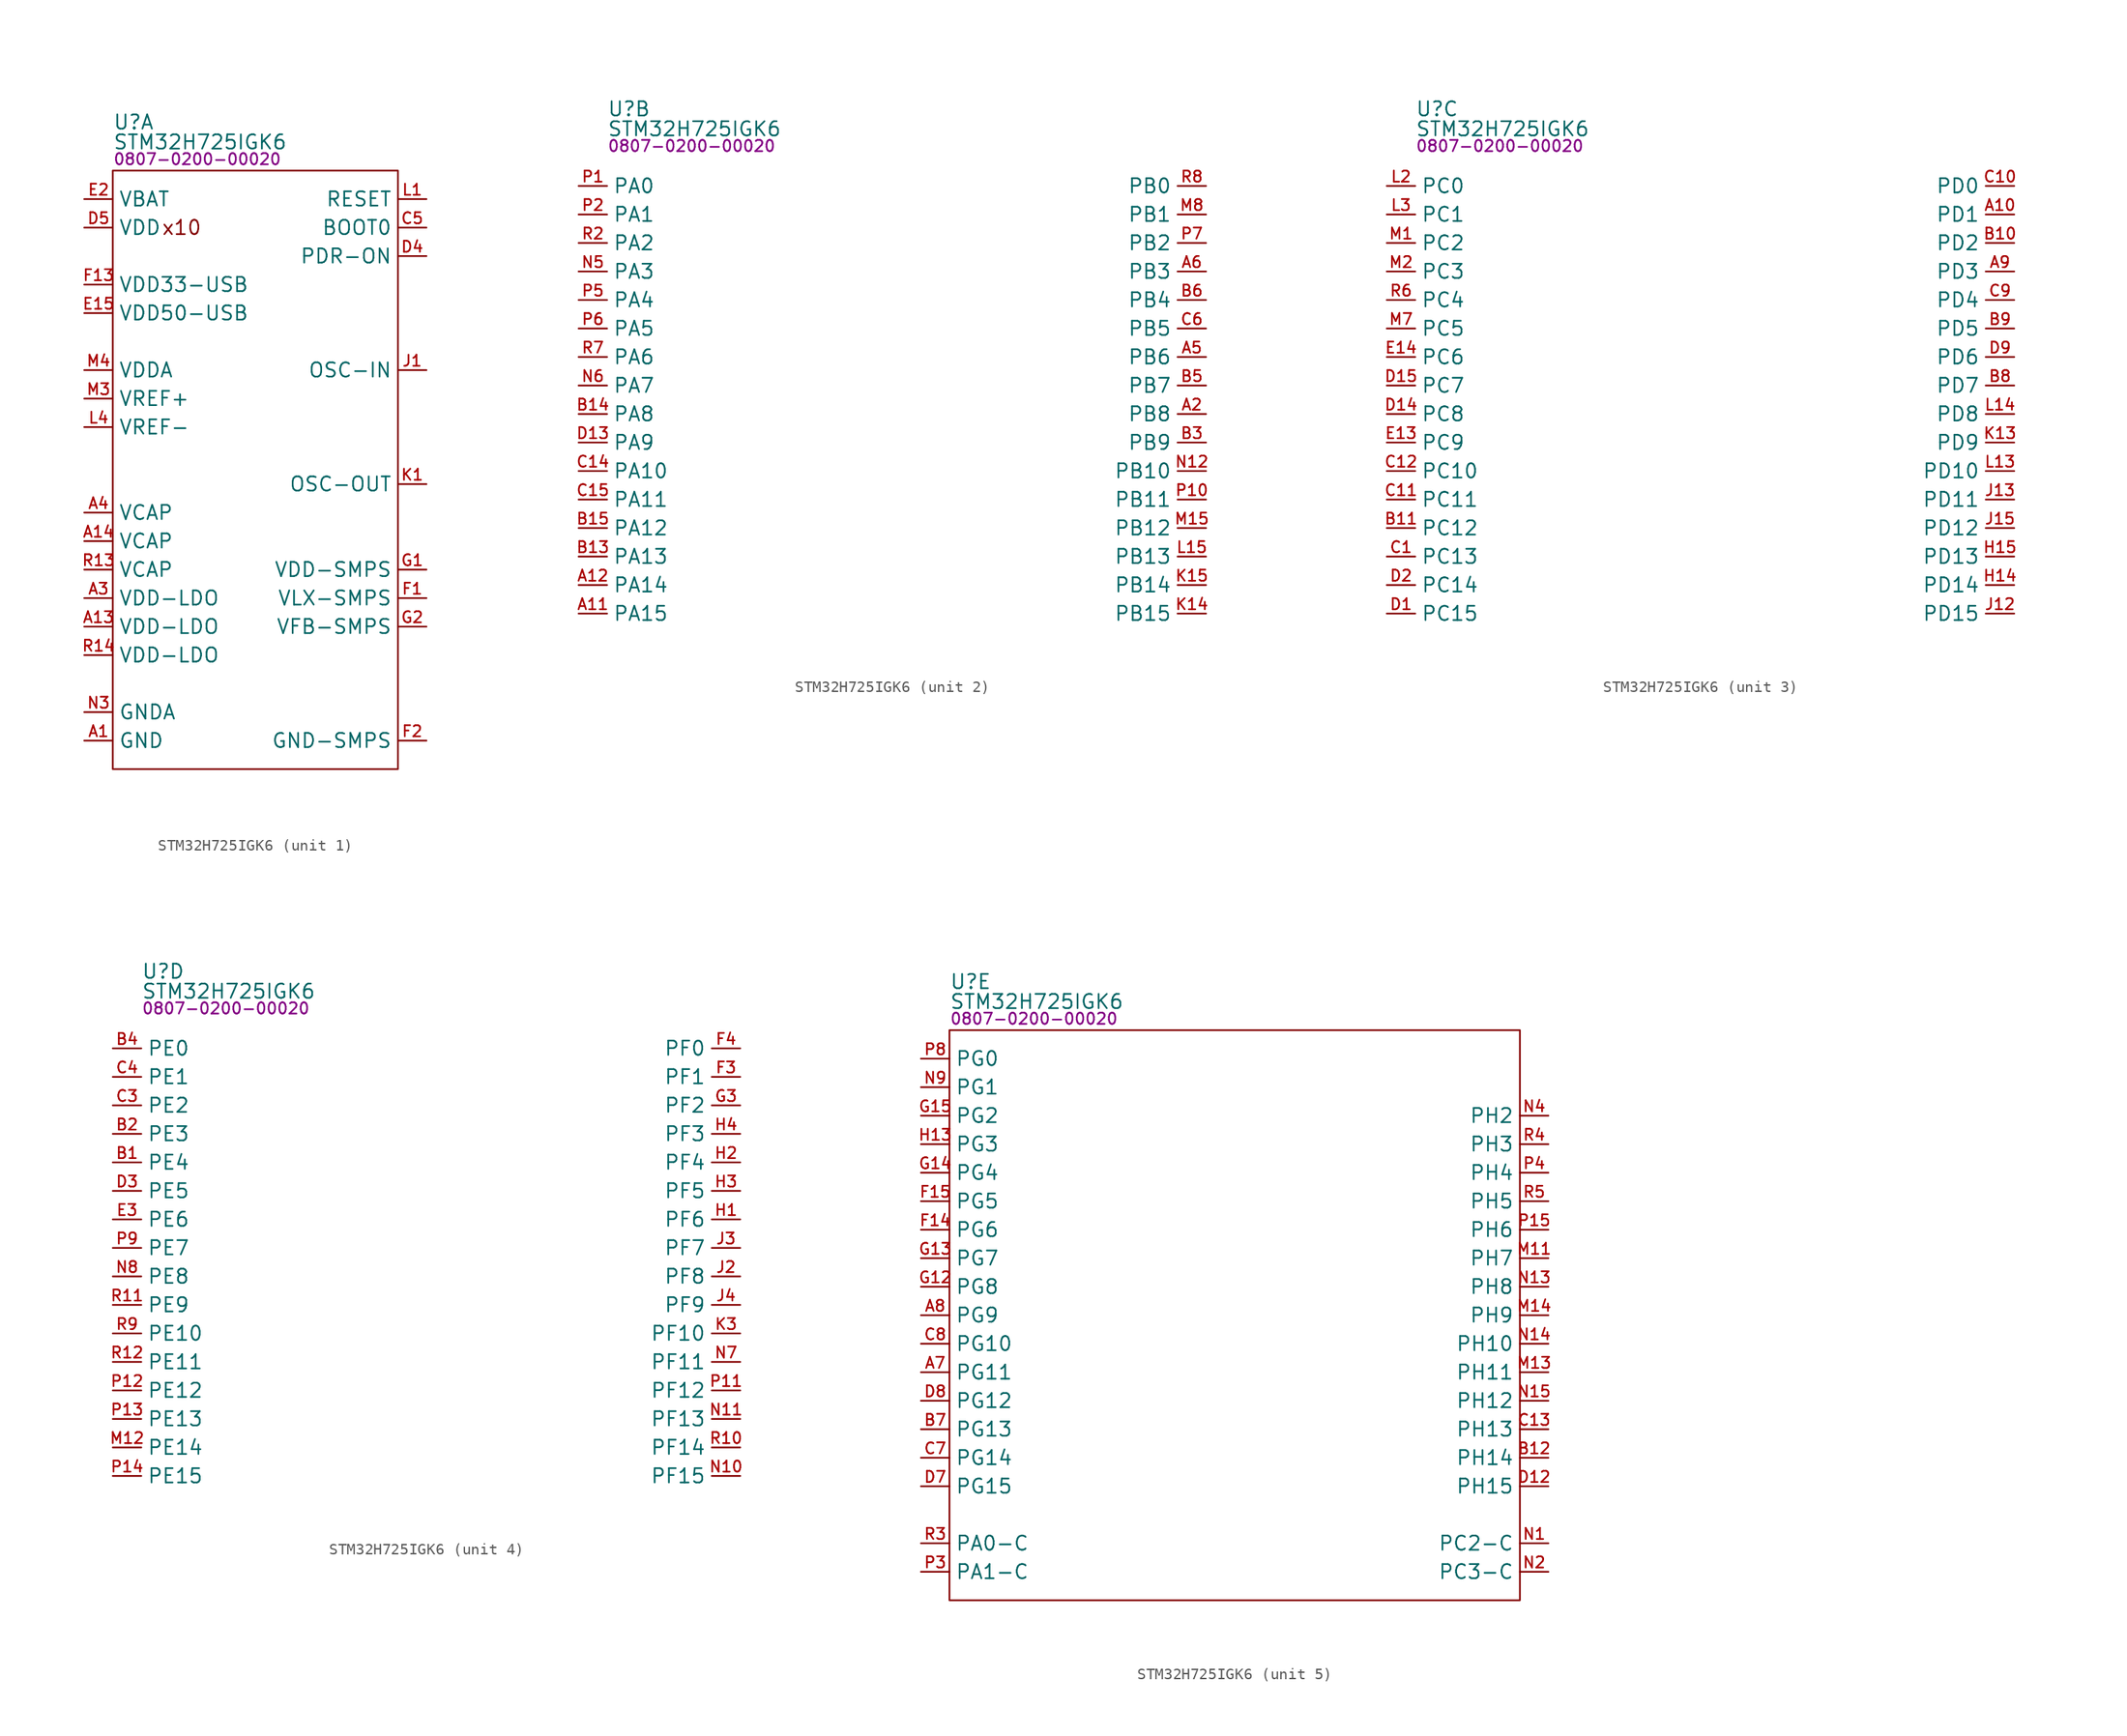
<source format=kicad_sym>
(kicad_symbol_lib
  (version 20231120)
  (generator "kicad_symbol_editor")
  (generator_version "8.0")
  (symbol "STM32H725IGK6"
    (property "Reference" "U"
      (at 0 4.318 0)
      (effects (font (size 1.27 1.27)) (justify left)))
    (property "Value" "STM32H725IGK6"
      (at 0 2.54 0)
      (effects (font (size 1.27 1.27)) (justify left)))
    (property "PartNumber" "0807-0200-00020"
      (at 0 1.016 0)
      (effects (font (size 1 1)) (justify left)))
    (property "ki_locked" ""
      (at 0 0 0)
      (effects (font (size 1.27 1.27))))
    (symbol "STM32H725IGK6_1_0"
      (pin power_in line (at -2.54 -50.8 0) (length 2.54) (name "GND" (effects (font (size 1.27 1.27)))) (number "A1" (effects (font (size 0.991 0.991)))))
      (pin power_out line (at -2.54 -40.64 0) (length 2.54) (name "VDD-LDO" (effects (font (size 1.27 1.27)))) (number "A13" (effects (font (size 0.991 0.991)))))
      (pin power_out line (at -2.54 -33.02 0) (length 2.54) (name "VCAP" (effects (font (size 1.27 1.27)))) (number "A14" (effects (font (size 0.991 0.991)))))
      (pin power_in line (at -2.54 -50.8 0) (length 2.54) hide (name "GND" (effects (font (size 1.27 1.27)))) (number "A15" (effects (font (size 0.991 0.991)))))
      (pin power_out line (at -2.54 -38.1 0) (length 2.54) (name "VDD-LDO" (effects (font (size 1.27 1.27)))) (number "A3" (effects (font (size 0.991 0.991)))))
      (pin power_out line (at -2.54 -30.48 0) (length 2.54) (name "VCAP" (effects (font (size 1.27 1.27)))) (number "A4" (effects (font (size 0.991 0.991)))))
      (pin power_in line (at -2.54 -50.8 0) (length 2.54) hide (name "GND" (effects (font (size 1.27 1.27)))) (number "C2" (effects (font (size 0.991 0.991)))))
      (pin input line (at 27.94 -5.08 180) (length 2.54) (name "BOOT0" (effects (font (size 1.27 1.27)))) (number "C5" (effects (font (size 0.991 0.991)))))
      (pin power_in line (at -2.54 -50.8 0) (length 2.54) hide (name "GND" (effects (font (size 1.27 1.27)))) (number "D10" (effects (font (size 0.991 0.991)))))
      (pin power_in line (at -2.54 -5.08 0) (length 2.54) hide (name "VDD" (effects (font (size 1.27 1.27)))) (number "D11" (effects (font (size 0.991 0.991)))))
      (pin input line (at 27.94 -7.62 180) (length 2.54) (name "PDR-ON" (effects (font (size 1.27 1.27)))) (number "D4" (effects (font (size 0.991 0.991)))))
      (pin power_in line (at -2.54 -5.08 0) (length 2.54) (name "VDD" (effects (font (size 1.27 1.27)))) (number "D5" (effects (font (size 0.991 0.991)))))
      (pin power_in line (at -2.54 -50.8 0) (length 2.54) hide (name "GND" (effects (font (size 1.27 1.27)))) (number "D6" (effects (font (size 0.991 0.991)))))
      (pin power_in line (at -2.54 -50.8 0) (length 2.54) hide (name "GND" (effects (font (size 1.27 1.27)))) (number "E1" (effects (font (size 0.991 0.991)))))
      (pin power_in line (at -2.54 -5.08 0) (length 2.54) hide (name "VDD" (effects (font (size 1.27 1.27)))) (number "E12" (effects (font (size 0.991 0.991)))))
      (pin power_in line (at -2.54 -12.7 0) (length 2.54) (name "VDD50-USB" (effects (font (size 1.27 1.27)))) (number "E15" (effects (font (size 0.991 0.991)))))
      (pin power_in line (at -2.54 -2.54 0) (length 2.54) (name "VBAT" (effects (font (size 1.27 1.27)))) (number "E2" (effects (font (size 0.991 0.991)))))
      (pin power_in line (at -2.54 -5.08 0) (length 2.54) hide (name "VDD" (effects (font (size 1.27 1.27)))) (number "E4" (effects (font (size 0.991 0.991)))))
      (pin power_in line (at 27.94 -38.1 180) (length 2.54) (name "VLX-SMPS" (effects (font (size 1.27 1.27)))) (number "F1" (effects (font (size 0.991 0.991)))))
      (pin power_in line (at -2.54 -50.8 0) (length 2.54) hide (name "GND" (effects (font (size 1.27 1.27)))) (number "F10" (effects (font (size 0.991 0.991)))))
      (pin power_in line (at -2.54 -50.8 0) (length 2.54) hide (name "GND" (effects (font (size 1.27 1.27)))) (number "F12" (effects (font (size 0.991 0.991)))))
      (pin power_in line (at -2.54 -10.16 0) (length 2.54) (name "VDD33-USB" (effects (font (size 1.27 1.27)))) (number "F13" (effects (font (size 0.991 0.991)))))
      (pin power_in line (at 27.94 -50.8 180) (length 2.54) (name "GND-SMPS" (effects (font (size 1.27 1.27)))) (number "F2" (effects (font (size 0.991 0.991)))))
      (pin power_in line (at -2.54 -50.8 0) (length 2.54) hide (name "GND" (effects (font (size 1.27 1.27)))) (number "F6" (effects (font (size 0.991 0.991)))))
      (pin power_in line (at -2.54 -50.8 0) (length 2.54) hide (name "GND" (effects (font (size 1.27 1.27)))) (number "F7" (effects (font (size 0.991 0.991)))))
      (pin power_in line (at -2.54 -50.8 0) (length 2.54) hide (name "GND" (effects (font (size 1.27 1.27)))) (number "F8" (effects (font (size 0.991 0.991)))))
      (pin power_in line (at -2.54 -50.8 0) (length 2.54) hide (name "GND" (effects (font (size 1.27 1.27)))) (number "F9" (effects (font (size 0.991 0.991)))))
      (pin power_in line (at 27.94 -35.56 180) (length 2.54) (name "VDD-SMPS" (effects (font (size 1.27 1.27)))) (number "G1" (effects (font (size 0.991 0.991)))))
      (pin power_in line (at -2.54 -50.8 0) (length 2.54) hide (name "GND" (effects (font (size 1.27 1.27)))) (number "G10" (effects (font (size 0.991 0.991)))))
      (pin input line (at 27.94 -40.64 180) (length 2.54) (name "VFB-SMPS" (effects (font (size 1.27 1.27)))) (number "G2" (effects (font (size 0.991 0.991)))))
      (pin power_in line (at -2.54 -5.08 0) (length 2.54) hide (name "VDD" (effects (font (size 1.27 1.27)))) (number "G4" (effects (font (size 0.991 0.991)))))
      (pin power_in line (at -2.54 -50.8 0) (length 2.54) hide (name "GND" (effects (font (size 1.27 1.27)))) (number "G6" (effects (font (size 0.991 0.991)))))
      (pin power_in line (at -2.54 -50.8 0) (length 2.54) hide (name "GND" (effects (font (size 1.27 1.27)))) (number "G7" (effects (font (size 0.991 0.991)))))
      (pin power_in line (at -2.54 -50.8 0) (length 2.54) hide (name "GND" (effects (font (size 1.27 1.27)))) (number "G8" (effects (font (size 0.991 0.991)))))
      (pin power_in line (at -2.54 -50.8 0) (length 2.54) hide (name "GND" (effects (font (size 1.27 1.27)))) (number "G9" (effects (font (size 0.991 0.991)))))
      (pin power_in line (at -2.54 -50.8 0) (length 2.54) hide (name "GND" (effects (font (size 1.27 1.27)))) (number "H10" (effects (font (size 0.991 0.991)))))
      (pin power_in line (at -2.54 -5.08 0) (length 2.54) hide (name "VDD" (effects (font (size 1.27 1.27)))) (number "H12" (effects (font (size 0.991 0.991)))))
      (pin power_in line (at -2.54 -50.8 0) (length 2.54) hide (name "GND" (effects (font (size 1.27 1.27)))) (number "H6" (effects (font (size 0.991 0.991)))))
      (pin power_in line (at -2.54 -50.8 0) (length 2.54) hide (name "GND" (effects (font (size 1.27 1.27)))) (number "H7" (effects (font (size 0.991 0.991)))))
      (pin power_in line (at -2.54 -50.8 0) (length 2.54) hide (name "GND" (effects (font (size 1.27 1.27)))) (number "H8" (effects (font (size 0.991 0.991)))))
      (pin power_in line (at -2.54 -50.8 0) (length 2.54) hide (name "GND" (effects (font (size 1.27 1.27)))) (number "H9" (effects (font (size 0.991 0.991)))))
      (pin input line (at 27.94 -17.78 180) (length 2.54) (name "OSC-IN" (effects (font (size 1.27 1.27)))) (number "J1" (effects (font (size 0.991 0.991)))))
      (pin power_in line (at -2.54 -50.8 0) (length 2.54) hide (name "GND" (effects (font (size 1.27 1.27)))) (number "J10" (effects (font (size 0.991 0.991)))))
      (pin power_in line (at -2.54 -50.8 0) (length 2.54) hide (name "GND" (effects (font (size 1.27 1.27)))) (number "J14" (effects (font (size 0.991 0.991)))))
      (pin power_in line (at -2.54 -50.8 0) (length 2.54) hide (name "GND" (effects (font (size 1.27 1.27)))) (number "J6" (effects (font (size 0.991 0.991)))))
      (pin power_in line (at -2.54 -50.8 0) (length 2.54) hide (name "GND" (effects (font (size 1.27 1.27)))) (number "J7" (effects (font (size 0.991 0.991)))))
      (pin power_in line (at -2.54 -50.8 0) (length 2.54) hide (name "GND" (effects (font (size 1.27 1.27)))) (number "J8" (effects (font (size 0.991 0.991)))))
      (pin power_in line (at -2.54 -50.8 0) (length 2.54) hide (name "GND" (effects (font (size 1.27 1.27)))) (number "J9" (effects (font (size 0.991 0.991)))))
      (pin output line (at 27.94 -27.94 180) (length 2.54) (name "OSC-OUT" (effects (font (size 1.27 1.27)))) (number "K1" (effects (font (size 0.991 0.991)))))
      (pin power_in line (at -2.54 -50.8 0) (length 2.54) hide (name "GND" (effects (font (size 1.27 1.27)))) (number "K10" (effects (font (size 0.991 0.991)))))
      (pin power_in line (at -2.54 -50.8 0) (length 2.54) hide (name "GND" (effects (font (size 1.27 1.27)))) (number "K12" (effects (font (size 0.991 0.991)))))
      (pin power_in line (at -2.54 -50.8 0) (length 2.54) hide (name "GND" (effects (font (size 1.27 1.27)))) (number "K2" (effects (font (size 0.991 0.991)))))
      (pin power_in line (at -2.54 -5.08 0) (length 2.54) hide (name "VDD" (effects (font (size 1.27 1.27)))) (number "K4" (effects (font (size 0.991 0.991)))))
      (pin power_in line (at -2.54 -50.8 0) (length 2.54) hide (name "GND" (effects (font (size 1.27 1.27)))) (number "K6" (effects (font (size 0.991 0.991)))))
      (pin power_in line (at -2.54 -50.8 0) (length 2.54) hide (name "GND" (effects (font (size 1.27 1.27)))) (number "K7" (effects (font (size 0.991 0.991)))))
      (pin power_in line (at -2.54 -50.8 0) (length 2.54) hide (name "GND" (effects (font (size 1.27 1.27)))) (number "K8" (effects (font (size 0.991 0.991)))))
      (pin power_in line (at -2.54 -50.8 0) (length 2.54) hide (name "GND" (effects (font (size 1.27 1.27)))) (number "K9" (effects (font (size 0.991 0.991)))))
      (pin input line (at 27.94 -2.54 180) (length 2.54) (name "RESET" (effects (font (size 1.27 1.27)))) (number "L1" (effects (font (size 0.991 0.991)))))
      (pin power_in line (at -2.54 -5.08 0) (length 2.54) hide (name "VDD" (effects (font (size 1.27 1.27)))) (number "L12" (effects (font (size 0.991 0.991)))))
      (pin input line (at -2.54 -22.86 0) (length 2.54) (name "VREF-" (effects (font (size 1.27 1.27)))) (number "L4" (effects (font (size 0.991 0.991)))))
      (pin power_in line (at -2.54 -50.8 0) (length 2.54) hide (name "GND" (effects (font (size 1.27 1.27)))) (number "M10" (effects (font (size 0.991 0.991)))))
      (pin input line (at -2.54 -20.32 0) (length 2.54) (name "VREF+" (effects (font (size 1.27 1.27)))) (number "M3" (effects (font (size 0.991 0.991)))))
      (pin power_in line (at -2.54 -17.78 0) (length 2.54) (name "VDDA" (effects (font (size 1.27 1.27)))) (number "M4" (effects (font (size 0.991 0.991)))))
      (pin power_in line (at -2.54 -5.08 0) (length 2.54) hide (name "VDD" (effects (font (size 1.27 1.27)))) (number "M5" (effects (font (size 0.991 0.991)))))
      (pin power_in line (at -2.54 -50.8 0) (length 2.54) hide (name "GND" (effects (font (size 1.27 1.27)))) (number "M6" (effects (font (size 0.991 0.991)))))
      (pin power_in line (at -2.54 -5.08 0) (length 2.54) hide (name "VDD" (effects (font (size 1.27 1.27)))) (number "M9" (effects (font (size 0.991 0.991)))))
      (pin power_in line (at -2.54 -48.26 0) (length 2.54) (name "GNDA" (effects (font (size 1.27 1.27)))) (number "N3" (effects (font (size 0.991 0.991)))))
      (pin power_in line (at -2.54 -50.8 0) (length 2.54) hide (name "GND" (effects (font (size 1.27 1.27)))) (number "R1" (effects (font (size 0.991 0.991)))))
      (pin power_out line (at -2.54 -35.56 0) (length 2.54) (name "VCAP" (effects (font (size 1.27 1.27)))) (number "R13" (effects (font (size 0.991 0.991)))))
      (pin power_out line (at -2.54 -43.18 0) (length 2.54) (name "VDD-LDO" (effects (font (size 1.27 1.27)))) (number "R14" (effects (font (size 0.991 0.991)))))
      (pin power_in line (at -2.54 -50.8 0) (length 2.54) hide (name "GND" (effects (font (size 1.27 1.27)))) (number "R15" (effects (font (size 0.991 0.991))))))
    (symbol "STM32H725IGK6_1_1"
      (rectangle (start 0 0) (end 25.4 -53.34) (stroke (width 0) (type default)) (fill (type none)))
      (text "x10" (at 4.318 -5.08 0) (effects (font (size 1.27 1.27)) (justify left))))
    (symbol "STM32H725IGK6_2_0"
      (pin bidirectional line (at -2.54 -40.64 0) (length 2.54) (name "PA15" (effects (font (size 1.27 1.27)))) (number "A11" (effects (font (size 0.991 0.991)))))
      (pin bidirectional line (at -2.54 -38.1 0) (length 2.54) (name "PA14" (effects (font (size 1.27 1.27)))) (number "A12" (effects (font (size 0.991 0.991)))))
      (pin bidirectional line (at 53.34 -22.86 180) (length 2.54) (name "PB8" (effects (font (size 1.27 1.27)))) (number "A2" (effects (font (size 0.991 0.991)))))
      (pin bidirectional line (at 53.34 -17.78 180) (length 2.54) (name "PB6" (effects (font (size 1.27 1.27)))) (number "A5" (effects (font (size 0.991 0.991)))))
      (pin bidirectional line (at 53.34 -10.16 180) (length 2.54) (name "PB3" (effects (font (size 1.27 1.27)))) (number "A6" (effects (font (size 0.991 0.991)))))
      (pin bidirectional line (at -2.54 -35.56 0) (length 2.54) (name "PA13" (effects (font (size 1.27 1.27)))) (number "B13" (effects (font (size 0.991 0.991)))))
      (pin bidirectional line (at -2.54 -22.86 0) (length 2.54) (name "PA8" (effects (font (size 1.27 1.27)))) (number "B14" (effects (font (size 0.991 0.991)))))
      (pin bidirectional line (at -2.54 -33.02 0) (length 2.54) (name "PA12" (effects (font (size 1.27 1.27)))) (number "B15" (effects (font (size 0.991 0.991)))))
      (pin bidirectional line (at 53.34 -25.4 180) (length 2.54) (name "PB9" (effects (font (size 1.27 1.27)))) (number "B3" (effects (font (size 0.991 0.991)))))
      (pin bidirectional line (at 53.34 -20.32 180) (length 2.54) (name "PB7" (effects (font (size 1.27 1.27)))) (number "B5" (effects (font (size 0.991 0.991)))))
      (pin bidirectional line (at 53.34 -12.7 180) (length 2.54) (name "PB4" (effects (font (size 1.27 1.27)))) (number "B6" (effects (font (size 0.991 0.991)))))
      (pin bidirectional line (at -2.54 -27.94 0) (length 2.54) (name "PA10" (effects (font (size 1.27 1.27)))) (number "C14" (effects (font (size 0.991 0.991)))))
      (pin bidirectional line (at -2.54 -30.48 0) (length 2.54) (name "PA11" (effects (font (size 1.27 1.27)))) (number "C15" (effects (font (size 0.991 0.991)))))
      (pin bidirectional line (at 53.34 -15.24 180) (length 2.54) (name "PB5" (effects (font (size 1.27 1.27)))) (number "C6" (effects (font (size 0.991 0.991)))))
      (pin bidirectional line (at -2.54 -25.4 0) (length 2.54) (name "PA9" (effects (font (size 1.27 1.27)))) (number "D13" (effects (font (size 0.991 0.991)))))
      (pin bidirectional line (at 53.34 -40.64 180) (length 2.54) (name "PB15" (effects (font (size 1.27 1.27)))) (number "K14" (effects (font (size 0.991 0.991)))))
      (pin bidirectional line (at 53.34 -38.1 180) (length 2.54) (name "PB14" (effects (font (size 1.27 1.27)))) (number "K15" (effects (font (size 0.991 0.991)))))
      (pin bidirectional line (at 53.34 -35.56 180) (length 2.54) (name "PB13" (effects (font (size 1.27 1.27)))) (number "L15" (effects (font (size 0.991 0.991)))))
      (pin bidirectional line (at 53.34 -33.02 180) (length 2.54) (name "PB12" (effects (font (size 1.27 1.27)))) (number "M15" (effects (font (size 0.991 0.991)))))
      (pin bidirectional line (at 53.34 -5.08 180) (length 2.54) (name "PB1" (effects (font (size 1.27 1.27)))) (number "M8" (effects (font (size 0.991 0.991)))))
      (pin bidirectional line (at 53.34 -27.94 180) (length 2.54) (name "PB10" (effects (font (size 1.27 1.27)))) (number "N12" (effects (font (size 0.991 0.991)))))
      (pin bidirectional line (at -2.54 -10.16 0) (length 2.54) (name "PA3" (effects (font (size 1.27 1.27)))) (number "N5" (effects (font (size 0.991 0.991)))))
      (pin bidirectional line (at -2.54 -20.32 0) (length 2.54) (name "PA7" (effects (font (size 1.27 1.27)))) (number "N6" (effects (font (size 0.991 0.991)))))
      (pin bidirectional line (at -2.54 -2.54 0) (length 2.54) (name "PA0" (effects (font (size 1.27 1.27)))) (number "P1" (effects (font (size 0.991 0.991)))))
      (pin bidirectional line (at 53.34 -30.48 180) (length 2.54) (name "PB11" (effects (font (size 1.27 1.27)))) (number "P10" (effects (font (size 0.991 0.991)))))
      (pin bidirectional line (at -2.54 -5.08 0) (length 2.54) (name "PA1" (effects (font (size 1.27 1.27)))) (number "P2" (effects (font (size 0.991 0.991)))))
      (pin bidirectional line (at -2.54 -12.7 0) (length 2.54) (name "PA4" (effects (font (size 1.27 1.27)))) (number "P5" (effects (font (size 0.991 0.991)))))
      (pin bidirectional line (at -2.54 -15.24 0) (length 2.54) (name "PA5" (effects (font (size 1.27 1.27)))) (number "P6" (effects (font (size 0.991 0.991)))))
      (pin bidirectional line (at 53.34 -7.62 180) (length 2.54) (name "PB2" (effects (font (size 1.27 1.27)))) (number "P7" (effects (font (size 0.991 0.991)))))
      (pin bidirectional line (at -2.54 -7.62 0) (length 2.54) (name "PA2" (effects (font (size 1.27 1.27)))) (number "R2" (effects (font (size 0.991 0.991)))))
      (pin bidirectional line (at -2.54 -17.78 0) (length 2.54) (name "PA6" (effects (font (size 1.27 1.27)))) (number "R7" (effects (font (size 0.991 0.991)))))
      (pin bidirectional line (at 53.34 -2.54 180) (length 2.54) (name "PB0" (effects (font (size 1.27 1.27)))) (number "R8" (effects (font (size 0.991 0.991))))))
    (symbol "STM32H725IGK6_3_0"
      (pin bidirectional line (at 53.34 -5.08 180) (length 2.54) (name "PD1" (effects (font (size 1.27 1.27)))) (number "A10" (effects (font (size 0.991 0.991)))))
      (pin bidirectional line (at 53.34 -10.16 180) (length 2.54) (name "PD3" (effects (font (size 1.27 1.27)))) (number "A9" (effects (font (size 0.991 0.991)))))
      (pin bidirectional line (at 53.34 -7.62 180) (length 2.54) (name "PD2" (effects (font (size 1.27 1.27)))) (number "B10" (effects (font (size 0.991 0.991)))))
      (pin bidirectional line (at -2.54 -33.02 0) (length 2.54) (name "PC12" (effects (font (size 1.27 1.27)))) (number "B11" (effects (font (size 0.991 0.991)))))
      (pin bidirectional line (at 53.34 -20.32 180) (length 2.54) (name "PD7" (effects (font (size 1.27 1.27)))) (number "B8" (effects (font (size 0.991 0.991)))))
      (pin bidirectional line (at 53.34 -15.24 180) (length 2.54) (name "PD5" (effects (font (size 1.27 1.27)))) (number "B9" (effects (font (size 0.991 0.991)))))
      (pin bidirectional line (at -2.54 -35.56 0) (length 2.54) (name "PC13" (effects (font (size 1.27 1.27)))) (number "C1" (effects (font (size 0.991 0.991)))))
      (pin bidirectional line (at 53.34 -2.54 180) (length 2.54) (name "PD0" (effects (font (size 1.27 1.27)))) (number "C10" (effects (font (size 0.991 0.991)))))
      (pin bidirectional line (at -2.54 -30.48 0) (length 2.54) (name "PC11" (effects (font (size 1.27 1.27)))) (number "C11" (effects (font (size 0.991 0.991)))))
      (pin bidirectional line (at -2.54 -27.94 0) (length 2.54) (name "PC10" (effects (font (size 1.27 1.27)))) (number "C12" (effects (font (size 0.991 0.991)))))
      (pin bidirectional line (at 53.34 -12.7 180) (length 2.54) (name "PD4" (effects (font (size 1.27 1.27)))) (number "C9" (effects (font (size 0.991 0.991)))))
      (pin bidirectional line (at -2.54 -40.64 0) (length 2.54) (name "PC15" (effects (font (size 1.27 1.27)))) (number "D1" (effects (font (size 0.991 0.991)))))
      (pin bidirectional line (at -2.54 -22.86 0) (length 2.54) (name "PC8" (effects (font (size 1.27 1.27)))) (number "D14" (effects (font (size 0.991 0.991)))))
      (pin bidirectional line (at -2.54 -20.32 0) (length 2.54) (name "PC7" (effects (font (size 1.27 1.27)))) (number "D15" (effects (font (size 0.991 0.991)))))
      (pin bidirectional line (at -2.54 -38.1 0) (length 2.54) (name "PC14" (effects (font (size 1.27 1.27)))) (number "D2" (effects (font (size 0.991 0.991)))))
      (pin bidirectional line (at 53.34 -17.78 180) (length 2.54) (name "PD6" (effects (font (size 1.27 1.27)))) (number "D9" (effects (font (size 0.991 0.991)))))
      (pin bidirectional line (at -2.54 -25.4 0) (length 2.54) (name "PC9" (effects (font (size 1.27 1.27)))) (number "E13" (effects (font (size 0.991 0.991)))))
      (pin bidirectional line (at -2.54 -17.78 0) (length 2.54) (name "PC6" (effects (font (size 1.27 1.27)))) (number "E14" (effects (font (size 0.991 0.991)))))
      (pin bidirectional line (at 53.34 -38.1 180) (length 2.54) (name "PD14" (effects (font (size 1.27 1.27)))) (number "H14" (effects (font (size 0.991 0.991)))))
      (pin bidirectional line (at 53.34 -35.56 180) (length 2.54) (name "PD13" (effects (font (size 1.27 1.27)))) (number "H15" (effects (font (size 0.991 0.991)))))
      (pin bidirectional line (at 53.34 -40.64 180) (length 2.54) (name "PD15" (effects (font (size 1.27 1.27)))) (number "J12" (effects (font (size 0.991 0.991)))))
      (pin bidirectional line (at 53.34 -30.48 180) (length 2.54) (name "PD11" (effects (font (size 1.27 1.27)))) (number "J13" (effects (font (size 0.991 0.991)))))
      (pin bidirectional line (at 53.34 -33.02 180) (length 2.54) (name "PD12" (effects (font (size 1.27 1.27)))) (number "J15" (effects (font (size 0.991 0.991)))))
      (pin bidirectional line (at 53.34 -25.4 180) (length 2.54) (name "PD9" (effects (font (size 1.27 1.27)))) (number "K13" (effects (font (size 0.991 0.991)))))
      (pin bidirectional line (at 53.34 -27.94 180) (length 2.54) (name "PD10" (effects (font (size 1.27 1.27)))) (number "L13" (effects (font (size 0.991 0.991)))))
      (pin bidirectional line (at 53.34 -22.86 180) (length 2.54) (name "PD8" (effects (font (size 1.27 1.27)))) (number "L14" (effects (font (size 0.991 0.991)))))
      (pin bidirectional line (at -2.54 -2.54 0) (length 2.54) (name "PC0" (effects (font (size 1.27 1.27)))) (number "L2" (effects (font (size 0.991 0.991)))))
      (pin bidirectional line (at -2.54 -5.08 0) (length 2.54) (name "PC1" (effects (font (size 1.27 1.27)))) (number "L3" (effects (font (size 0.991 0.991)))))
      (pin bidirectional line (at -2.54 -7.62 0) (length 2.54) (name "PC2" (effects (font (size 1.27 1.27)))) (number "M1" (effects (font (size 0.991 0.991)))))
      (pin bidirectional line (at -2.54 -10.16 0) (length 2.54) (name "PC3" (effects (font (size 1.27 1.27)))) (number "M2" (effects (font (size 0.991 0.991)))))
      (pin bidirectional line (at -2.54 -15.24 0) (length 2.54) (name "PC5" (effects (font (size 1.27 1.27)))) (number "M7" (effects (font (size 0.991 0.991)))))
      (pin bidirectional line (at -2.54 -12.7 0) (length 2.54) (name "PC4" (effects (font (size 1.27 1.27)))) (number "R6" (effects (font (size 0.991 0.991))))))
    (symbol "STM32H725IGK6_4_0"
      (pin bidirectional line (at -2.54 -12.7 0) (length 2.54) (name "PE4" (effects (font (size 1.27 1.27)))) (number "B1" (effects (font (size 0.991 0.991)))))
      (pin bidirectional line (at -2.54 -10.16 0) (length 2.54) (name "PE3" (effects (font (size 1.27 1.27)))) (number "B2" (effects (font (size 0.991 0.991)))))
      (pin bidirectional line (at -2.54 -2.54 0) (length 2.54) (name "PE0" (effects (font (size 1.27 1.27)))) (number "B4" (effects (font (size 0.991 0.991)))))
      (pin bidirectional line (at -2.54 -7.62 0) (length 2.54) (name "PE2" (effects (font (size 1.27 1.27)))) (number "C3" (effects (font (size 0.991 0.991)))))
      (pin bidirectional line (at -2.54 -5.08 0) (length 2.54) (name "PE1" (effects (font (size 1.27 1.27)))) (number "C4" (effects (font (size 0.991 0.991)))))
      (pin bidirectional line (at -2.54 -15.24 0) (length 2.54) (name "PE5" (effects (font (size 1.27 1.27)))) (number "D3" (effects (font (size 0.991 0.991)))))
      (pin bidirectional line (at -2.54 -17.78 0) (length 2.54) (name "PE6" (effects (font (size 1.27 1.27)))) (number "E3" (effects (font (size 0.991 0.991)))))
      (pin bidirectional line (at 53.34 -5.08 180) (length 2.54) (name "PF1" (effects (font (size 1.27 1.27)))) (number "F3" (effects (font (size 0.991 0.991)))))
      (pin bidirectional line (at 53.34 -2.54 180) (length 2.54) (name "PF0" (effects (font (size 1.27 1.27)))) (number "F4" (effects (font (size 0.991 0.991)))))
      (pin bidirectional line (at 53.34 -7.62 180) (length 2.54) (name "PF2" (effects (font (size 1.27 1.27)))) (number "G3" (effects (font (size 0.991 0.991)))))
      (pin bidirectional line (at 53.34 -17.78 180) (length 2.54) (name "PF6" (effects (font (size 1.27 1.27)))) (number "H1" (effects (font (size 0.991 0.991)))))
      (pin bidirectional line (at 53.34 -12.7 180) (length 2.54) (name "PF4" (effects (font (size 1.27 1.27)))) (number "H2" (effects (font (size 0.991 0.991)))))
      (pin bidirectional line (at 53.34 -15.24 180) (length 2.54) (name "PF5" (effects (font (size 1.27 1.27)))) (number "H3" (effects (font (size 0.991 0.991)))))
      (pin bidirectional line (at 53.34 -10.16 180) (length 2.54) (name "PF3" (effects (font (size 1.27 1.27)))) (number "H4" (effects (font (size 0.991 0.991)))))
      (pin bidirectional line (at 53.34 -22.86 180) (length 2.54) (name "PF8" (effects (font (size 1.27 1.27)))) (number "J2" (effects (font (size 0.991 0.991)))))
      (pin bidirectional line (at 53.34 -20.32 180) (length 2.54) (name "PF7" (effects (font (size 1.27 1.27)))) (number "J3" (effects (font (size 0.991 0.991)))))
      (pin bidirectional line (at 53.34 -25.4 180) (length 2.54) (name "PF9" (effects (font (size 1.27 1.27)))) (number "J4" (effects (font (size 0.991 0.991)))))
      (pin bidirectional line (at 53.34 -27.94 180) (length 2.54) (name "PF10" (effects (font (size 1.27 1.27)))) (number "K3" (effects (font (size 0.991 0.991)))))
      (pin bidirectional line (at -2.54 -38.1 0) (length 2.54) (name "PE14" (effects (font (size 1.27 1.27)))) (number "M12" (effects (font (size 0.991 0.991)))))
      (pin bidirectional line (at 53.34 -40.64 180) (length 2.54) (name "PF15" (effects (font (size 1.27 1.27)))) (number "N10" (effects (font (size 0.991 0.991)))))
      (pin bidirectional line (at 53.34 -35.56 180) (length 2.54) (name "PF13" (effects (font (size 1.27 1.27)))) (number "N11" (effects (font (size 0.991 0.991)))))
      (pin bidirectional line (at 53.34 -30.48 180) (length 2.54) (name "PF11" (effects (font (size 1.27 1.27)))) (number "N7" (effects (font (size 0.991 0.991)))))
      (pin bidirectional line (at -2.54 -22.86 0) (length 2.54) (name "PE8" (effects (font (size 1.27 1.27)))) (number "N8" (effects (font (size 0.991 0.991)))))
      (pin bidirectional line (at 53.34 -33.02 180) (length 2.54) (name "PF12" (effects (font (size 1.27 1.27)))) (number "P11" (effects (font (size 0.991 0.991)))))
      (pin bidirectional line (at -2.54 -33.02 0) (length 2.54) (name "PE12" (effects (font (size 1.27 1.27)))) (number "P12" (effects (font (size 0.991 0.991)))))
      (pin bidirectional line (at -2.54 -35.56 0) (length 2.54) (name "PE13" (effects (font (size 1.27 1.27)))) (number "P13" (effects (font (size 0.991 0.991)))))
      (pin bidirectional line (at -2.54 -40.64 0) (length 2.54) (name "PE15" (effects (font (size 1.27 1.27)))) (number "P14" (effects (font (size 0.991 0.991)))))
      (pin bidirectional line (at -2.54 -20.32 0) (length 2.54) (name "PE7" (effects (font (size 1.27 1.27)))) (number "P9" (effects (font (size 0.991 0.991)))))
      (pin bidirectional line (at 53.34 -38.1 180) (length 2.54) (name "PF14" (effects (font (size 1.27 1.27)))) (number "R10" (effects (font (size 0.991 0.991)))))
      (pin bidirectional line (at -2.54 -25.4 0) (length 2.54) (name "PE9" (effects (font (size 1.27 1.27)))) (number "R11" (effects (font (size 0.991 0.991)))))
      (pin bidirectional line (at -2.54 -30.48 0) (length 2.54) (name "PE11" (effects (font (size 1.27 1.27)))) (number "R12" (effects (font (size 0.991 0.991)))))
      (pin bidirectional line (at -2.54 -27.94 0) (length 2.54) (name "PE10" (effects (font (size 1.27 1.27)))) (number "R9" (effects (font (size 0.991 0.991))))))
    (symbol "STM32H725IGK6_5_0"
      (pin bidirectional line (at -2.54 -30.48 0) (length 2.54) (name "PG11" (effects (font (size 1.27 1.27)))) (number "A7" (effects (font (size 0.991 0.991)))))
      (pin bidirectional line (at -2.54 -25.4 0) (length 2.54) (name "PG9" (effects (font (size 1.27 1.27)))) (number "A8" (effects (font (size 0.991 0.991)))))
      (pin bidirectional line (at 53.34 -38.1 180) (length 2.54) (name "PH14" (effects (font (size 1.27 1.27)))) (number "B12" (effects (font (size 0.991 0.991)))))
      (pin bidirectional line (at -2.54 -35.56 0) (length 2.54) (name "PG13" (effects (font (size 1.27 1.27)))) (number "B7" (effects (font (size 0.991 0.991)))))
      (pin bidirectional line (at 53.34 -35.56 180) (length 2.54) (name "PH13" (effects (font (size 1.27 1.27)))) (number "C13" (effects (font (size 0.991 0.991)))))
      (pin bidirectional line (at -2.54 -38.1 0) (length 2.54) (name "PG14" (effects (font (size 1.27 1.27)))) (number "C7" (effects (font (size 0.991 0.991)))))
      (pin bidirectional line (at -2.54 -27.94 0) (length 2.54) (name "PG10" (effects (font (size 1.27 1.27)))) (number "C8" (effects (font (size 0.991 0.991)))))
      (pin bidirectional line (at 53.34 -40.64 180) (length 2.54) (name "PH15" (effects (font (size 1.27 1.27)))) (number "D12" (effects (font (size 0.991 0.991)))))
      (pin bidirectional line (at -2.54 -40.64 0) (length 2.54) (name "PG15" (effects (font (size 1.27 1.27)))) (number "D7" (effects (font (size 0.991 0.991)))))
      (pin bidirectional line (at -2.54 -33.02 0) (length 2.54) (name "PG12" (effects (font (size 1.27 1.27)))) (number "D8" (effects (font (size 0.991 0.991)))))
      (pin bidirectional line (at -2.54 -17.78 0) (length 2.54) (name "PG6" (effects (font (size 1.27 1.27)))) (number "F14" (effects (font (size 0.991 0.991)))))
      (pin bidirectional line (at -2.54 -15.24 0) (length 2.54) (name "PG5" (effects (font (size 1.27 1.27)))) (number "F15" (effects (font (size 0.991 0.991)))))
      (pin bidirectional line (at -2.54 -22.86 0) (length 2.54) (name "PG8" (effects (font (size 1.27 1.27)))) (number "G12" (effects (font (size 0.991 0.991)))))
      (pin bidirectional line (at -2.54 -20.32 0) (length 2.54) (name "PG7" (effects (font (size 1.27 1.27)))) (number "G13" (effects (font (size 0.991 0.991)))))
      (pin bidirectional line (at -2.54 -12.7 0) (length 2.54) (name "PG4" (effects (font (size 1.27 1.27)))) (number "G14" (effects (font (size 0.991 0.991)))))
      (pin bidirectional line (at -2.54 -7.62 0) (length 2.54) (name "PG2" (effects (font (size 1.27 1.27)))) (number "G15" (effects (font (size 0.991 0.991)))))
      (pin bidirectional line (at -2.54 -10.16 0) (length 2.54) (name "PG3" (effects (font (size 1.27 1.27)))) (number "H13" (effects (font (size 0.991 0.991)))))
      (pin bidirectional line (at 53.34 -20.32 180) (length 2.54) (name "PH7" (effects (font (size 1.27 1.27)))) (number "M11" (effects (font (size 0.991 0.991)))))
      (pin bidirectional line (at 53.34 -30.48 180) (length 2.54) (name "PH11" (effects (font (size 1.27 1.27)))) (number "M13" (effects (font (size 0.991 0.991)))))
      (pin bidirectional line (at 53.34 -25.4 180) (length 2.54) (name "PH9" (effects (font (size 1.27 1.27)))) (number "M14" (effects (font (size 0.991 0.991)))))
      (pin bidirectional line (at 53.34 -45.72 180) (length 2.54) (name "PC2-C" (effects (font (size 1.27 1.27)))) (number "N1" (effects (font (size 0.991 0.991)))))
      (pin bidirectional line (at 53.34 -22.86 180) (length 2.54) (name "PH8" (effects (font (size 1.27 1.27)))) (number "N13" (effects (font (size 0.991 0.991)))))
      (pin bidirectional line (at 53.34 -27.94 180) (length 2.54) (name "PH10" (effects (font (size 1.27 1.27)))) (number "N14" (effects (font (size 0.991 0.991)))))
      (pin bidirectional line (at 53.34 -33.02 180) (length 2.54) (name "PH12" (effects (font (size 1.27 1.27)))) (number "N15" (effects (font (size 0.991 0.991)))))
      (pin bidirectional line (at 53.34 -48.26 180) (length 2.54) (name "PC3-C" (effects (font (size 1.27 1.27)))) (number "N2" (effects (font (size 0.991 0.991)))))
      (pin bidirectional line (at 53.34 -7.62 180) (length 2.54) (name "PH2" (effects (font (size 1.27 1.27)))) (number "N4" (effects (font (size 0.991 0.991)))))
      (pin bidirectional line (at -2.54 -5.08 0) (length 2.54) (name "PG1" (effects (font (size 1.27 1.27)))) (number "N9" (effects (font (size 0.991 0.991)))))
      (pin bidirectional line (at 53.34 -17.78 180) (length 2.54) (name "PH6" (effects (font (size 1.27 1.27)))) (number "P15" (effects (font (size 0.991 0.991)))))
      (pin bidirectional line (at -2.54 -48.26 0) (length 2.54) (name "PA1-C" (effects (font (size 1.27 1.27)))) (number "P3" (effects (font (size 0.991 0.991)))))
      (pin bidirectional line (at 53.34 -12.7 180) (length 2.54) (name "PH4" (effects (font (size 1.27 1.27)))) (number "P4" (effects (font (size 0.991 0.991)))))
      (pin bidirectional line (at -2.54 -2.54 0) (length 2.54) (name "PG0" (effects (font (size 1.27 1.27)))) (number "P8" (effects (font (size 0.991 0.991)))))
      (pin bidirectional line (at -2.54 -45.72 0) (length 2.54) (name "PA0-C" (effects (font (size 1.27 1.27)))) (number "R3" (effects (font (size 0.991 0.991)))))
      (pin bidirectional line (at 53.34 -10.16 180) (length 2.54) (name "PH3" (effects (font (size 1.27 1.27)))) (number "R4" (effects (font (size 0.991 0.991)))))
      (pin bidirectional line (at 53.34 -15.24 180) (length 2.54) (name "PH5" (effects (font (size 1.27 1.27)))) (number "R5" (effects (font (size 0.991 0.991))))))
    (symbol "STM32H725IGK6_5_1"
      (rectangle (start 0 0) (end 50.8 -50.8) (stroke (width 0) (type default)) (fill (type none))))))
</source>
